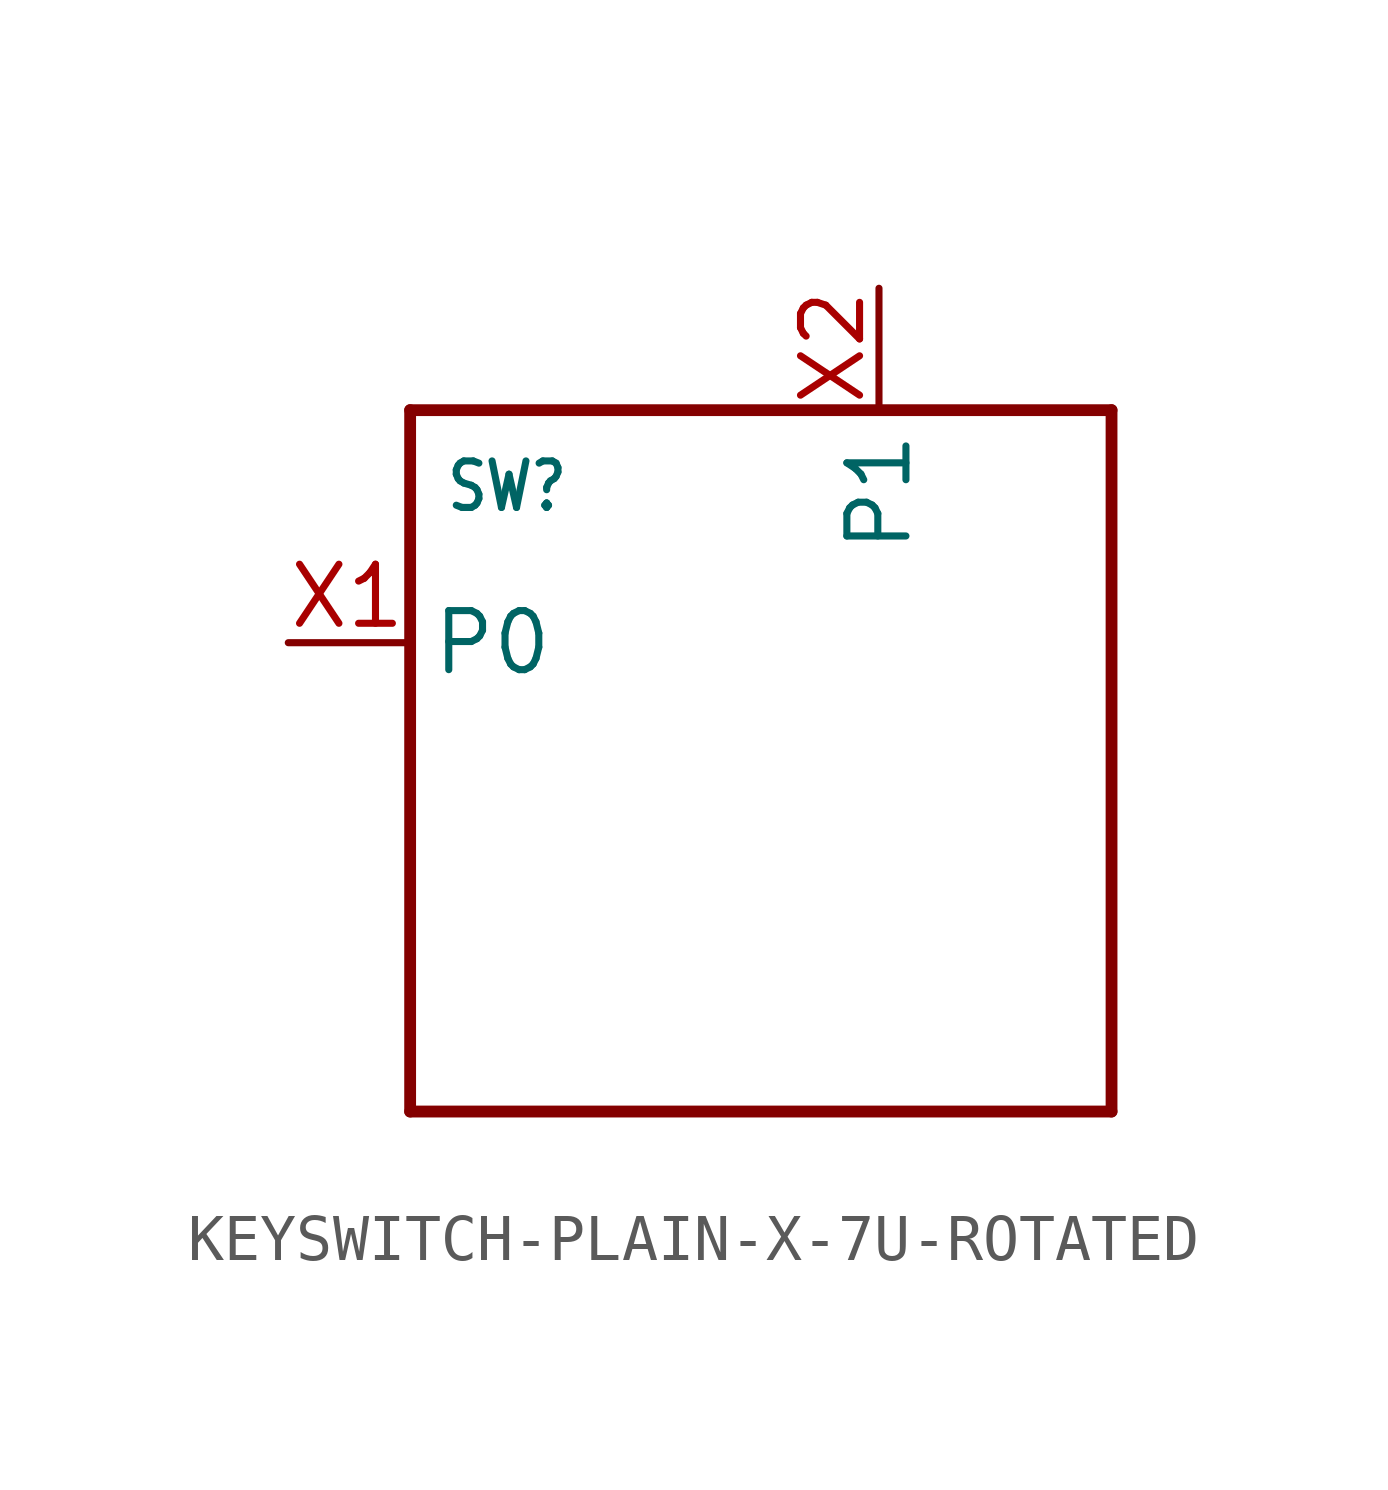
<source format=kicad_sym>
(kicad_symbol_lib
  (version 20211014)
  (generator kicad_symbol_editor)
  (symbol "KEYSWITCH-PLAIN-X-7U-ROTATED"
    (property "Reference" "SW"
      (at -6.81 5.318 0)
      (effects (font (size 1 0.85)) (justify left bottom)))
    (property "ki_locked" ""
      (at 0 0 0)
      (effects (font (size 1.27 1.27))))
    (symbol "KEYSWITCH-PLAIN-X-7U-ROTATED_1_0"
      (polyline (pts (xy -7.54 -7.54) (xy -7.54 7.54)) (stroke (width 0.254) (type default) (color 0 0 0 0)) (fill (type none)))
      (polyline (pts (xy -7.54 7.54) (xy 7.54 7.54)) (stroke (width 0.254) (type default) (color 0 0 0 0)) (fill (type none)))
      (polyline (pts (xy 7.54 -7.54) (xy -7.54 -7.54)) (stroke (width 0.254) (type default) (color 0 0 0 0)) (fill (type none)))
      (polyline (pts (xy 7.54 7.54) (xy 7.54 -7.54)) (stroke (width 0.254) (type default) (color 0 0 0 0)) (fill (type none)))
      (pin bidirectional line (at -10.16 2.54 0) (length 2.54) (name "P0" (effects (font (size 1.27 1.27)))) (number "X1" (effects (font (size 1.27 1.27)))))
      (pin bidirectional line (at 2.54 10.16 270) (length 2.54) (name "P1" (effects (font (size 1.27 1.27)))) (number "X2" (effects (font (size 1.27 1.27))))))))
</source>
